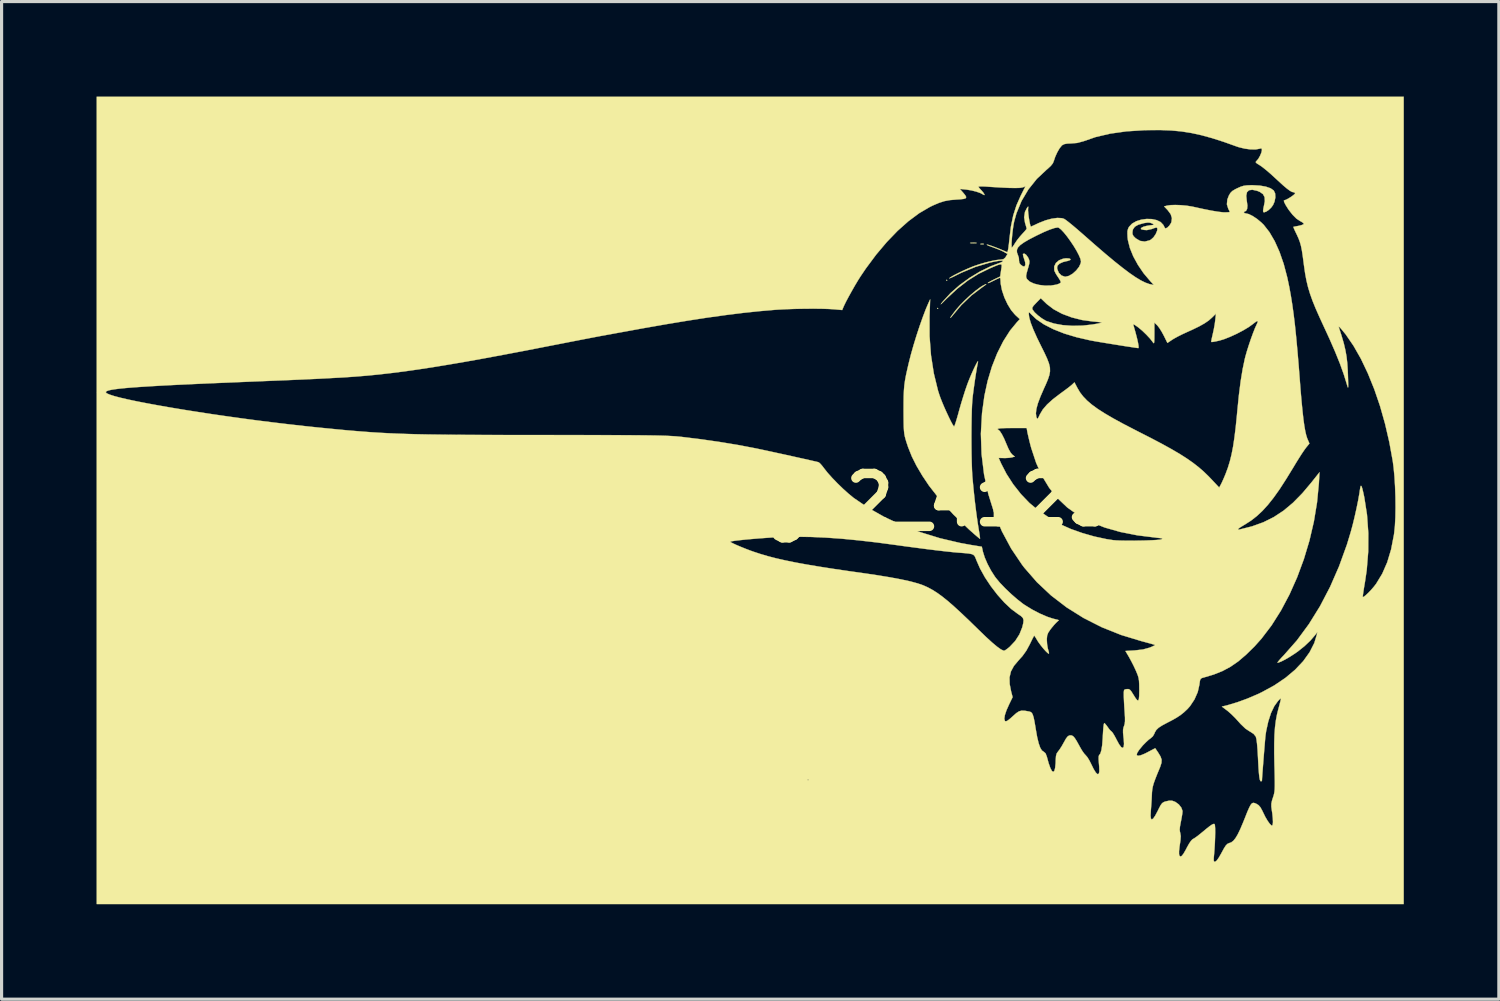
<source format=kicad_pcb>
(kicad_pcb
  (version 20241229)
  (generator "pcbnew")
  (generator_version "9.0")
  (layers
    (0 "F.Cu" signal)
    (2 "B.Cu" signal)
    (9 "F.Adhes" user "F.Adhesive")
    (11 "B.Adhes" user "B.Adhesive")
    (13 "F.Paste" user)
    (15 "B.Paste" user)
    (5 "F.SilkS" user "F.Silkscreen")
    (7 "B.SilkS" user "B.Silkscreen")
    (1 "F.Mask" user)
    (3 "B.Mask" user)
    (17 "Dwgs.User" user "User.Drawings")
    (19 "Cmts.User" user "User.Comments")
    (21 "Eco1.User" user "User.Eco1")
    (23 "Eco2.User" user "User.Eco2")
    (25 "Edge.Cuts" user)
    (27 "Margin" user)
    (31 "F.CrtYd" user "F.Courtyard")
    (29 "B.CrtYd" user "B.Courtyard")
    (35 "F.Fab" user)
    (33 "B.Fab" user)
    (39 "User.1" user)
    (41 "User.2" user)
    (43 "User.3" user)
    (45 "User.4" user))
  (footprint "otter_laying_2_4125"
    (layer "F.Cu")
    (at 20.642 12.737)
    (property "Reference" "otter_laying_2_4125" (at 0 0 0) (layer "F.SilkS") (effects (font (size 1.524 1.524) (thickness 0.3))))
    (attr through_hole)
    (fp_poly (pts (xy 5.937 -6.048) (xy 5.921 -6.032) (xy 5.905 -6.048) (xy 5.921 -6.064) (xy 5.937 -6.048)) (stroke (width 0.01) (type solid)) (fill yes) (layer "F.SilkS"))
    (fp_poly (pts (xy 6.223 -6.937) (xy 6.207 -6.921) (xy 6.191 -6.937) (xy 6.207 -6.953) (xy 6.223 -6.937)) (stroke (width 0.01) (type solid)) (fill yes) (layer "F.SilkS"))
    (fp_poly (pts (xy 7.136 -8.119) (xy 7.156 -8.112) (xy 7.119 -8.107) (xy 7.048 -8.106) (xy 6.97 -8.108) (xy 6.941 -8.113) (xy 6.961 -8.119) (xy 7.064 -8.124) (xy 7.136 -8.119)) (stroke (width 0.01) (type solid)) (fill yes) (layer "F.SilkS"))
    (fp_poly (pts (xy 7.375 -8.085) (xy 7.376 -8.075) (xy 7.326 -8.071) (xy 7.318 -8.071) (xy 7.269 -8.075) (xy 7.274 -8.085) (xy 7.279 -8.087) (xy 7.348 -8.091) (xy 7.375 -8.085)) (stroke (width 0.01) (type solid)) (fill yes) (layer "F.SilkS"))
    (fp_poly (pts (xy 7.439 -6.795) (xy 7.372 -6.745) (xy 7.326 -6.714) (xy 6.99 -6.46) (xy 6.669 -6.154) (xy 6.376 -5.805) (xy 6.368 -5.794) (xy 6.332 -5.755) (xy 6.319 -5.753) (xy 6.337 -5.785) (xy 6.387 -5.855) (xy 6.459 -5.951) (xy 6.508 -6.013) (xy 6.633 -6.157) (xy 6.785 -6.311) (xy 6.95 -6.464) (xy 7.113 -6.602) (xy 7.26 -6.712) (xy 7.337 -6.761) (xy 7.423 -6.805) (xy 7.456 -6.816) (xy 7.439 -6.795)) (stroke (width 0.01) (type solid)) (fill yes) (layer "F.SilkS"))
    (fp_poly (pts (xy 5.663 -5.794) (xy 5.664 -5.173) (xy 5.709 -4.57) (xy 5.798 -3.996) (xy 5.929 -3.459) (xy 5.969 -3.332) (xy 6.011 -3.213) (xy 6.068 -3.07) (xy 6.134 -2.914) (xy 6.205 -2.757) (xy 6.275 -2.608) (xy 6.338 -2.48) (xy 6.391 -2.382) (xy 6.428 -2.327) (xy 6.44 -2.318) (xy 6.455 -2.347) (xy 6.483 -2.427) (xy 6.521 -2.549) (xy 6.565 -2.702) (xy 6.599 -2.827) (xy 6.658 -3.034) (xy 6.725 -3.254) (xy 6.792 -3.464) (xy 6.854 -3.643) (xy 6.872 -3.692) (xy 6.928 -3.834) (xy 6.988 -3.975) (xy 7.047 -4.107) (xy 7.102 -4.222) (xy 7.147 -4.311) (xy 7.18 -4.366) (xy 7.195 -4.377) (xy 7.193 -4.35) (xy 7.169 -4.231) (xy 7.141 -4.067) (xy 7.11 -3.873) (xy 7.08 -3.667) (xy 7.052 -3.465) (xy 7.029 -3.284) (xy 7.018 -3.18) (xy 7.007 -3.027) (xy 6.998 -2.823) (xy 6.992 -2.58) (xy 6.988 -2.308) (xy 6.986 -2.021) (xy 6.987 -1.73) (xy 6.99 -1.447) (xy 6.996 -1.183) (xy 7.004 -0.952) (xy 7.014 -0.764) (xy 7.018 -0.714) (xy 7.053 -0.34) (xy 7.092 0.029) (xy 7.135 0.377) (xy 7.178 0.688) (xy 7.207 0.873) (xy 7.23 1.013) (xy 7.248 1.128) (xy 7.257 1.204) (xy 7.258 1.23) (xy 7.233 1.213) (xy 7.169 1.16) (xy 7.075 1.08) (xy 6.96 0.978) (xy 6.903 0.927) (xy 6.424 0.469) (xy 6.006 0.011) (xy 5.648 -0.448) (xy 5.44 -0.758) (xy 5.253 -1.074) (xy 5.105 -1.37) (xy 4.987 -1.665) (xy 4.929 -1.839) (xy 4.902 -1.931) (xy 4.881 -2.012) (xy 4.866 -2.094) (xy 4.856 -2.188) (xy 4.849 -2.305) (xy 4.846 -2.454) (xy 4.844 -2.649) (xy 4.843 -2.826) (xy 4.844 -3.082) (xy 4.847 -3.29) (xy 4.855 -3.465) (xy 4.868 -3.622) (xy 4.89 -3.776) (xy 4.921 -3.943) (xy 4.964 -4.137) (xy 5.006 -4.318) (xy 5.074 -4.587) (xy 5.157 -4.881) (xy 5.251 -5.187) (xy 5.35 -5.489) (xy 5.45 -5.772) (xy 5.545 -6.022) (xy 5.622 -6.202) (xy 5.683 -6.334) (xy 5.663 -5.794)) (stroke (width 0.01) (type solid)) (fill yes) (layer "F.SilkS"))
    (fp_poly (pts (xy 20.637 12.764) (xy -20.637 12.764) (xy -20.637 8.842) (xy 1.81 8.842) (xy 1.826 8.858) (xy 1.841 8.842) (xy 1.826 8.826) (xy 1.81 8.842) (xy -20.637 8.842) (xy -20.637 1.32) (xy -0.63 1.32) (xy -0.611 1.338) (xy -0.544 1.373) (xy -0.439 1.422) (xy -0.307 1.478) (xy -0.159 1.538) (xy -0.008 1.596) (xy 0.104 1.636) (xy 0.326 1.709) (xy 0.564 1.779) (xy 0.823 1.846) (xy 1.11 1.911) (xy 1.428 1.976) (xy 1.784 2.041) (xy 2.183 2.108) (xy 2.631 2.178) (xy 3.134 2.252) (xy 3.493 2.302) (xy 3.977 2.373) (xy 4.398 2.442) (xy 4.758 2.509) (xy 5.057 2.574) (xy 5.295 2.639) (xy 5.462 2.697) (xy 5.604 2.76) (xy 5.747 2.837) (xy 5.894 2.929) (xy 6.053 3.043) (xy 6.227 3.182) (xy 6.422 3.351) (xy 6.644 3.554) (xy 6.897 3.794) (xy 7.188 4.077) (xy 7.207 4.096) (xy 7.444 4.325) (xy 7.641 4.505) (xy 7.799 4.637) (xy 7.918 4.722) (xy 8 4.76) (xy 8.019 4.763) (xy 8.061 4.743) (xy 8.132 4.692) (xy 8.199 4.636) (xy 8.369 4.455) (xy 8.503 4.246) (xy 8.589 4.03) (xy 8.591 4.025) (xy 8.624 3.889) (xy 8.632 3.795) (xy 8.611 3.727) (xy 8.553 3.669) (xy 8.455 3.602) (xy 8.453 3.601) (xy 8.242 3.444) (xy 8.023 3.238) (xy 7.806 2.994) (xy 7.6 2.726) (xy 7.413 2.445) (xy 7.257 2.163) (xy 7.145 1.908) (xy 7.115 1.83) (xy 7.087 1.774) (xy 7.05 1.736) (xy 6.993 1.711) (xy 6.905 1.694) (xy 6.776 1.681) (xy 6.594 1.667) (xy 6.588 1.667) (xy 6.409 1.651) (xy 6.176 1.626) (xy 5.897 1.594) (xy 5.581 1.555) (xy 5.237 1.51) (xy 4.873 1.462) (xy 4.644 1.43) (xy 4.009 1.345) (xy 3.428 1.278) (xy 2.891 1.226) (xy 2.391 1.191) (xy 1.919 1.17) (xy 1.466 1.164) (xy 1.025 1.172) (xy 0.889 1.177) (xy 0.695 1.187) (xy 0.484 1.201) (xy 0.267 1.217) (xy 0.053 1.235) (xy -0.148 1.253) (xy -0.326 1.272) (xy -0.472 1.289) (xy -0.576 1.305) (xy -0.627 1.318) (xy -0.63 1.32) (xy -20.637 1.32) (xy -20.637 -3.4) (xy -20.352 -3.4) (xy -20.321 -3.366) (xy -20.231 -3.326) (xy -20.086 -3.279) (xy -19.89 -3.227) (xy -19.648 -3.171) (xy -19.363 -3.111) (xy -19.039 -3.048) (xy -18.68 -2.982) (xy -18.291 -2.914) (xy -17.875 -2.845) (xy -17.437 -2.776) (xy -16.981 -2.706) (xy -16.511 -2.638) (xy -16.03 -2.571) (xy -15.543 -2.506) (xy -15.054 -2.445) (xy -14.567 -2.387) (xy -14.086 -2.333) (xy -13.652 -2.287) (xy -13.325 -2.255) (xy -13.02 -2.225) (xy -12.734 -2.198) (xy -12.462 -2.175) (xy -12.199 -2.154) (xy -11.941 -2.135) (xy -11.682 -2.119) (xy -11.419 -2.105) (xy -11.145 -2.093) (xy -10.858 -2.083) (xy -10.55 -2.074) (xy -10.219 -2.067) (xy -9.859 -2.062) (xy -9.466 -2.057) (xy -9.035 -2.054) (xy -8.56 -2.052) (xy -8.038 -2.05) (xy -7.464 -2.049) (xy -6.832 -2.049) (xy -6.604 -2.049) (xy -6.015 -2.048) (xy -5.485 -2.048) (xy -5.012 -2.047) (xy -4.591 -2.046) (xy -4.218 -2.045) (xy -3.89 -2.043) (xy -3.604 -2.041) (xy -3.354 -2.039) (xy -3.139 -2.036) (xy -2.953 -2.033) (xy -2.794 -2.029) (xy -2.656 -2.025) (xy -2.538 -2.019) (xy -2.434 -2.013) (xy -2.342 -2.007) (xy -2.257 -1.999) (xy -2.176 -1.991) (xy -2.175 -1.991) (xy -1.576 -1.918) (xy -0.971 -1.831) (xy -0.383 -1.734) (xy 0.168 -1.629) (xy 0.287 -1.604) (xy 0.447 -1.57) (xy 0.637 -1.529) (xy 0.847 -1.483) (xy 1.069 -1.435) (xy 1.292 -1.386) (xy 1.509 -1.337) (xy 1.709 -1.293) (xy 1.883 -1.254) (xy 2.022 -1.222) (xy 2.118 -1.2) (xy 2.159 -1.189) (xy 2.201 -1.157) (xy 2.264 -1.087) (xy 2.334 -0.996) (xy 2.443 -0.858) (xy 2.589 -0.695) (xy 2.758 -0.52) (xy 2.937 -0.347) (xy 3.113 -0.189) (xy 3.272 -0.059) (xy 3.281 -0.053) (xy 3.738 0.258) (xy 4.246 0.544) (xy 4.797 0.8) (xy 5.383 1.023) (xy 5.994 1.211) (xy 6.624 1.359) (xy 6.967 1.422) (xy 7.314 1.478) (xy 7.35 1.64) (xy 7.406 1.818) (xy 7.494 2.022) (xy 7.604 2.23) (xy 7.726 2.421) (xy 7.76 2.467) (xy 7.89 2.623) (xy 8.057 2.797) (xy 8.244 2.975) (xy 8.434 3.14) (xy 8.61 3.278) (xy 8.671 3.32) (xy 8.906 3.464) (xy 9.148 3.59) (xy 9.377 3.689) (xy 9.549 3.746) (xy 9.748 3.798) (xy 9.665 3.876) (xy 9.599 3.946) (xy 9.519 4.042) (xy 9.474 4.1) (xy 9.41 4.196) (xy 9.378 4.279) (xy 9.368 4.38) (xy 9.368 4.433) (xy 9.376 4.561) (xy 9.396 4.683) (xy 9.412 4.739) (xy 9.433 4.813) (xy 9.434 4.855) (xy 9.43 4.858) (xy 9.391 4.834) (xy 9.327 4.772) (xy 9.249 4.684) (xy 9.169 4.584) (xy 9.098 4.486) (xy 9.066 4.435) (xy 9.017 4.353) (xy 8.981 4.299) (xy 8.969 4.286) (xy 8.952 4.313) (xy 8.914 4.385) (xy 8.863 4.489) (xy 8.827 4.564) (xy 8.719 4.763) (xy 8.596 4.934) (xy 8.478 5.065) (xy 8.328 5.243) (xy 8.233 5.419) (xy 8.189 5.606) (xy 8.194 5.815) (xy 8.239 6.045) (xy 8.287 6.229) (xy 8.177 6.456) (xy 8.093 6.644) (xy 8.042 6.797) (xy 8.025 6.911) (xy 8.043 6.979) (xy 8.049 6.986) (xy 8.082 6.992) (xy 8.136 6.965) (xy 8.218 6.9) (xy 8.292 6.833) (xy 8.402 6.735) (xy 8.489 6.678) (xy 8.574 6.655) (xy 8.679 6.66) (xy 8.818 6.685) (xy 8.861 6.7) (xy 8.896 6.73) (xy 8.924 6.785) (xy 8.951 6.872) (xy 8.978 7.003) (xy 9.009 7.184) (xy 9.018 7.241) (xy 9.063 7.495) (xy 9.11 7.688) (xy 9.159 7.827) (xy 9.212 7.914) (xy 9.267 7.952) (xy 9.327 8.004) (xy 9.367 8.106) (xy 9.425 8.317) (xy 9.479 8.469) (xy 9.528 8.56) (xy 9.57 8.59) (xy 9.604 8.559) (xy 9.629 8.467) (xy 9.645 8.313) (xy 9.648 8.209) (xy 9.657 8.087) (xy 9.68 8.005) (xy 9.723 7.945) (xy 9.773 7.879) (xy 9.838 7.778) (xy 9.903 7.662) (xy 9.906 7.658) (xy 9.97 7.543) (xy 10.021 7.475) (xy 10.069 7.443) (xy 10.101 7.436) (xy 10.151 7.438) (xy 10.198 7.463) (xy 10.248 7.518) (xy 10.309 7.613) (xy 10.388 7.755) (xy 10.415 7.805) (xy 10.479 7.915) (xy 10.544 8.008) (xy 10.595 8.064) (xy 10.645 8.122) (xy 10.705 8.218) (xy 10.764 8.333) (xy 10.767 8.34) (xy 10.847 8.502) (xy 10.914 8.61) (xy 10.967 8.661) (xy 11.004 8.654) (xy 11.023 8.596) (xy 11.025 8.529) (xy 11.021 8.422) (xy 11.011 8.304) (xy 11.003 8.189) (xy 11.005 8.104) (xy 11.016 8.065) (xy 11.016 8.065) (xy 11.058 8.011) (xy 11.091 7.904) (xy 11.116 7.741) (xy 11.133 7.519) (xy 11.136 7.453) (xy 11.145 7.301) (xy 11.155 7.175) (xy 11.167 7.087) (xy 11.179 7.049) (xy 11.18 7.048) (xy 11.212 7.073) (xy 11.262 7.134) (xy 11.289 7.173) (xy 11.346 7.251) (xy 11.395 7.303) (xy 11.41 7.312) (xy 11.441 7.346) (xy 11.49 7.423) (xy 11.548 7.528) (xy 11.566 7.565) (xy 11.648 7.716) (xy 11.714 7.805) (xy 11.763 7.833) (xy 11.794 7.801) (xy 11.805 7.708) (xy 11.796 7.555) (xy 11.789 7.497) (xy 11.775 7.357) (xy 11.775 7.258) (xy 11.791 7.179) (xy 11.805 7.144) (xy 11.826 7.076) (xy 11.836 6.991) (xy 11.836 6.875) (xy 11.826 6.712) (xy 11.825 6.699) (xy 11.814 6.535) (xy 11.805 6.37) (xy 11.799 6.23) (xy 11.798 6.175) (xy 11.798 6.07) (xy 11.806 6.012) (xy 11.83 5.986) (xy 11.878 5.977) (xy 11.893 5.975) (xy 11.949 5.975) (xy 11.992 5.996) (xy 12.038 6.05) (xy 12.099 6.148) (xy 12.17 6.261) (xy 12.22 6.324) (xy 12.254 6.335) (xy 12.274 6.291) (xy 12.284 6.189) (xy 12.287 6.026) (xy 12.287 5.995) (xy 12.285 5.834) (xy 12.279 5.716) (xy 12.265 5.623) (xy 12.239 5.536) (xy 12.198 5.435) (xy 12.182 5.397) (xy 12.114 5.25) (xy 12.035 5.095) (xy 11.964 4.965) (xy 11.85 4.771) (xy 12.14 4.754) (xy 12.406 4.723) (xy 12.613 4.666) (xy 12.706 4.627) (xy 12.768 4.596) (xy 12.784 4.581) (xy 12.75 4.569) (xy 12.666 4.544) (xy 12.544 4.511) (xy 12.397 4.471) (xy 12.362 4.462) (xy 11.716 4.266) (xy 11.103 4.021) (xy 10.529 3.73) (xy 9.994 3.395) (xy 9.502 3.018) (xy 9.056 2.599) (xy 8.658 2.142) (xy 8.586 2.048) (xy 8.241 1.536) (xy 7.948 0.99) (xy 7.707 0.414) (xy 7.519 -0.186) (xy 7.385 -0.806) (xy 7.307 -1.442) (xy 7.285 -2.088) (xy 7.293 -2.239) (xy 7.808 -2.239) (xy 7.828 -2.221) (xy 7.835 -2.217) (xy 7.885 -2.171) (xy 7.948 -2.074) (xy 8.018 -1.937) (xy 8.089 -1.77) (xy 8.095 -1.755) (xy 8.158 -1.61) (xy 8.221 -1.497) (xy 8.275 -1.431) (xy 8.276 -1.431) (xy 8.356 -1.368) (xy 8.266 -1.343) (xy 8.18 -1.329) (xy 8.066 -1.322) (xy 8.011 -1.322) (xy 7.846 -1.326) (xy 7.925 -1.147) (xy 8.093 -0.822) (xy 8.305 -0.494) (xy 8.547 -0.186) (xy 8.803 0.082) (xy 8.836 0.112) (xy 8.984 0.235) (xy 9.17 0.374) (xy 9.373 0.515) (xy 9.575 0.644) (xy 9.757 0.75) (xy 9.811 0.778) (xy 10.128 0.92) (xy 10.488 1.047) (xy 10.868 1.156) (xy 11.249 1.238) (xy 11.462 1.271) (xy 11.565 1.279) (xy 11.711 1.285) (xy 11.887 1.288) (xy 12.082 1.288) (xy 12.284 1.286) (xy 12.481 1.282) (xy 12.661 1.275) (xy 12.813 1.267) (xy 12.925 1.257) (xy 12.985 1.246) (xy 13.015 1.23) (xy 13.003 1.217) (xy 12.943 1.206) (xy 12.827 1.194) (xy 12.826 1.193) (xy 12.229 1.119) (xy 11.686 1.012) (xy 11.195 0.872) (xy 10.754 0.697) (xy 10.36 0.486) (xy 10.011 0.237) (xy 9.706 -0.052) (xy 9.442 -0.382) (xy 9.217 -0.754) (xy 9.03 -1.17) (xy 8.877 -1.632) (xy 8.846 -1.746) (xy 8.81 -1.89) (xy 8.779 -2.024) (xy 8.756 -2.126) (xy 8.75 -2.159) (xy 8.731 -2.27) (xy 8.271 -2.27) (xy 8.068 -2.268) (xy 7.925 -2.263) (xy 7.839 -2.253) (xy 7.808 -2.239) (xy 7.293 -2.239) (xy 7.321 -2.74) (xy 7.396 -3.286) (xy 7.498 -3.757) (xy 7.633 -4.207) (xy 7.799 -4.627) (xy 7.991 -5.009) (xy 8.205 -5.345) (xy 8.421 -5.608) (xy 8.515 -5.708) (xy 8.373 -5.839) (xy 8.331 -5.887) (xy 8.795 -5.887) (xy 8.811 -5.76) (xy 8.859 -5.592) (xy 8.941 -5.38) (xy 9.057 -5.121) (xy 9.181 -4.868) (xy 9.294 -4.641) (xy 9.378 -4.458) (xy 9.435 -4.308) (xy 9.465 -4.179) (xy 9.468 -4.059) (xy 9.446 -3.937) (xy 9.4 -3.8) (xy 9.331 -3.637) (xy 9.279 -3.524) (xy 9.165 -3.262) (xy 9.084 -3.046) (xy 9.037 -2.872) (xy 9.022 -2.732) (xy 9.036 -2.622) (xy 9.042 -2.605) (xy 9.059 -2.567) (xy 9.077 -2.565) (xy 9.104 -2.605) (xy 9.147 -2.696) (xy 9.151 -2.705) (xy 9.241 -2.856) (xy 9.376 -3.013) (xy 9.562 -3.181) (xy 9.803 -3.365) (xy 9.827 -3.382) (xy 9.946 -3.469) (xy 10.055 -3.551) (xy 10.136 -3.616) (xy 10.16 -3.637) (xy 10.24 -3.712) (xy 10.335 -3.531) (xy 10.415 -3.396) (xy 10.515 -3.266) (xy 10.638 -3.138) (xy 10.79 -3.008) (xy 10.975 -2.873) (xy 11.199 -2.73) (xy 11.466 -2.574) (xy 11.781 -2.402) (xy 12.148 -2.212) (xy 12.255 -2.157) (xy 12.653 -1.954) (xy 12.999 -1.772) (xy 13.298 -1.607) (xy 13.558 -1.455) (xy 13.784 -1.311) (xy 13.983 -1.172) (xy 14.16 -1.034) (xy 14.323 -0.893) (xy 14.476 -0.745) (xy 14.558 -0.659) (xy 14.811 -0.39) (xy 14.865 -0.489) (xy 14.903 -0.566) (xy 14.954 -0.68) (xy 15.008 -0.808) (xy 15.015 -0.826) (xy 15.086 -1.018) (xy 15.148 -1.22) (xy 15.202 -1.44) (xy 15.25 -1.686) (xy 15.292 -1.967) (xy 15.332 -2.291) (xy 15.37 -2.667) (xy 15.383 -2.81) (xy 15.433 -3.307) (xy 15.489 -3.749) (xy 15.552 -4.132) (xy 15.62 -4.456) (xy 15.636 -4.52) (xy 15.684 -4.69) (xy 15.745 -4.883) (xy 15.811 -5.079) (xy 15.879 -5.265) (xy 15.94 -5.421) (xy 15.99 -5.531) (xy 16.027 -5.614) (xy 16.026 -5.65) (xy 15.985 -5.637) (xy 15.904 -5.577) (xy 15.881 -5.558) (xy 15.745 -5.459) (xy 15.566 -5.352) (xy 15.364 -5.246) (xy 15.156 -5.151) (xy 14.961 -5.074) (xy 14.813 -5.03) (xy 14.699 -5.005) (xy 14.61 -4.989) (xy 14.564 -4.986) (xy 14.561 -4.987) (xy 14.562 -5.022) (xy 14.577 -5.102) (xy 14.602 -5.21) (xy 14.605 -5.223) (xy 14.639 -5.378) (xy 14.67 -5.548) (xy 14.685 -5.664) (xy 14.709 -5.882) (xy 14.584 -5.758) (xy 14.479 -5.665) (xy 14.347 -5.575) (xy 14.178 -5.48) (xy 13.964 -5.376) (xy 13.798 -5.301) (xy 13.648 -5.232) (xy 13.502 -5.159) (xy 13.381 -5.092) (xy 13.329 -5.06) (xy 13.176 -4.957) (xy 13.059 -5.193) (xy 12.992 -5.316) (xy 12.922 -5.427) (xy 12.862 -5.505) (xy 12.853 -5.514) (xy 12.764 -5.6) (xy 12.764 -5.254) (xy 12.763 -5.103) (xy 12.76 -5.007) (xy 12.754 -4.959) (xy 12.743 -4.948) (xy 12.724 -4.967) (xy 12.711 -4.986) (xy 12.628 -5.093) (xy 12.512 -5.217) (xy 12.384 -5.341) (xy 12.262 -5.443) (xy 12.227 -5.469) (xy 12.147 -5.524) (xy 12.108 -5.544) (xy 12.099 -5.531) (xy 12.11 -5.49) (xy 12.167 -5.291) (xy 12.213 -5.114) (xy 12.246 -4.968) (xy 12.264 -4.862) (xy 12.265 -4.803) (xy 12.258 -4.794) (xy 12.214 -4.799) (xy 12.118 -4.813) (xy 11.981 -4.834) (xy 11.815 -4.859) (xy 11.629 -4.889) (xy 11.436 -4.92) (xy 11.245 -4.951) (xy 11.068 -4.98) (xy 10.915 -5.006) (xy 10.798 -5.027) (xy 10.747 -5.036) (xy 10.312 -5.136) (xy 9.918 -5.254) (xy 9.572 -5.391) (xy 9.276 -5.543) (xy 9.035 -5.708) (xy 8.882 -5.853) (xy 8.827 -5.911) (xy 8.802 -5.923) (xy 8.795 -5.893) (xy 8.795 -5.887) (xy 8.331 -5.887) (xy 8.246 -5.987) (xy 8.215 -6.036) (xy 8.907 -6.036) (xy 8.917 -6.01) (xy 8.982 -5.924) (xy 9.086 -5.827) (xy 9.208 -5.734) (xy 9.329 -5.661) (xy 9.361 -5.646) (xy 9.595 -5.569) (xy 9.873 -5.519) (xy 10.18 -5.497) (xy 10.5 -5.504) (xy 10.806 -5.539) (xy 10.933 -5.56) (xy 11.033 -5.58) (xy 11.092 -5.594) (xy 11.101 -5.598) (xy 11.078 -5.606) (xy 11.005 -5.617) (xy 10.894 -5.628) (xy 10.823 -5.634) (xy 10.48 -5.681) (xy 10.151 -5.764) (xy 9.848 -5.878) (xy 9.582 -6.021) (xy 9.366 -6.186) (xy 9.348 -6.203) (xy 9.176 -6.369) (xy 9.03 -6.22) (xy 8.951 -6.136) (xy 8.912 -6.079) (xy 8.907 -6.036) (xy 8.215 -6.036) (xy 8.128 -6.178) (xy 8.027 -6.394) (xy 7.952 -6.617) (xy 7.911 -6.826) (xy 7.906 -6.916) (xy 7.901 -6.985) (xy 7.89 -7.017) (xy 7.889 -7.017) (xy 7.854 -7.003) (xy 7.779 -6.969) (xy 7.68 -6.92) (xy 7.679 -6.919) (xy 7.587 -6.875) (xy 7.523 -6.849) (xy 7.503 -6.848) (xy 7.503 -6.849) (xy 7.539 -6.876) (xy 7.615 -6.919) (xy 7.707 -6.965) (xy 7.894 -7.054) (xy 7.924 -7.258) (xy 7.938 -7.347) (xy 7.942 -7.406) (xy 7.929 -7.436) (xy 7.888 -7.439) (xy 7.812 -7.415) (xy 7.693 -7.366) (xy 7.561 -7.309) (xy 7.208 -7.137) (xy 6.871 -6.926) (xy 6.54 -6.669) (xy 6.205 -6.358) (xy 6.184 -6.337) (xy 6.088 -6.241) (xy 6.033 -6.189) (xy 6.017 -6.178) (xy 6.038 -6.207) (xy 6.091 -6.275) (xy 6.094 -6.278) (xy 6.331 -6.535) (xy 6.615 -6.785) (xy 6.932 -7.016) (xy 7.265 -7.217) (xy 7.599 -7.379) (xy 7.779 -7.447) (xy 7.904 -7.494) (xy 7.971 -7.528) (xy 7.982 -7.55) (xy 7.942 -7.557) (xy 7.853 -7.55) (xy 7.72 -7.528) (xy 7.571 -7.495) (xy 7.116 -7.359) (xy 6.669 -7.174) (xy 6.527 -7.104) (xy 6.416 -7.048) (xy 6.333 -7.011) (xy 6.29 -6.996) (xy 6.287 -7.002) (xy 6.335 -7.037) (xy 6.427 -7.091) (xy 6.553 -7.155) (xy 6.698 -7.226) (xy 6.85 -7.295) (xy 6.995 -7.356) (xy 7.064 -7.383) (xy 7.232 -7.44) (xy 7.415 -7.494) (xy 7.597 -7.539) (xy 7.758 -7.572) (xy 7.883 -7.587) (xy 7.907 -7.588) (xy 7.995 -7.601) (xy 8.053 -7.649) (xy 8.072 -7.678) (xy 8.126 -7.768) (xy 8.008 -7.835) (xy 7.918 -7.878) (xy 7.794 -7.929) (xy 7.661 -7.979) (xy 7.652 -7.982) (xy 7.55 -8.019) (xy 7.486 -8.047) (xy 7.47 -8.062) (xy 7.477 -8.063) (xy 7.53 -8.052) (xy 7.626 -8.02) (xy 7.751 -7.974) (xy 7.889 -7.92) (xy 8.026 -7.863) (xy 8.114 -7.824) (xy 8.131 -7.848) (xy 8.142 -7.897) (xy 8.423 -7.897) (xy 8.423 -7.82) (xy 8.453 -7.734) (xy 8.455 -7.731) (xy 8.484 -7.643) (xy 8.489 -7.569) (xy 8.488 -7.563) (xy 8.499 -7.486) (xy 8.538 -7.432) (xy 8.613 -7.376) (xy 8.664 -7.374) (xy 8.689 -7.421) (xy 8.682 -7.511) (xy 8.652 -7.607) (xy 8.624 -7.694) (xy 8.613 -7.755) (xy 8.615 -7.769) (xy 8.661 -7.777) (xy 8.718 -7.736) (xy 8.774 -7.658) (xy 8.784 -7.638) (xy 8.809 -7.579) (xy 8.819 -7.527) (xy 8.813 -7.462) (xy 8.788 -7.366) (xy 8.765 -7.287) (xy 8.73 -7.164) (xy 8.714 -7.085) (xy 8.715 -7.032) (xy 8.732 -6.989) (xy 8.743 -6.971) (xy 8.828 -6.893) (xy 8.96 -6.831) (xy 9.125 -6.789) (xy 9.309 -6.767) (xy 9.498 -6.77) (xy 9.67 -6.798) (xy 9.754 -6.827) (xy 9.804 -6.859) (xy 9.811 -6.873) (xy 9.793 -6.92) (xy 9.749 -6.995) (xy 9.717 -7.042) (xy 9.656 -7.136) (xy 9.612 -7.223) (xy 9.602 -7.254) (xy 9.601 -7.374) (xy 9.654 -7.482) (xy 9.752 -7.566) (xy 9.885 -7.618) (xy 9.974 -7.63) (xy 10.075 -7.624) (xy 10.118 -7.603) (xy 10.102 -7.574) (xy 10.026 -7.546) (xy 9.987 -7.539) (xy 9.878 -7.511) (xy 9.782 -7.468) (xy 9.76 -7.453) (xy 9.703 -7.394) (xy 9.692 -7.327) (xy 9.697 -7.291) (xy 9.746 -7.171) (xy 9.831 -7.086) (xy 9.938 -7.049) (xy 9.953 -7.048) (xy 10.066 -7.075) (xy 10.186 -7.146) (xy 10.297 -7.247) (xy 10.387 -7.362) (xy 10.439 -7.478) (xy 10.446 -7.532) (xy 10.428 -7.616) (xy 10.378 -7.732) (xy 10.305 -7.871) (xy 10.214 -8.022) (xy 10.112 -8.174) (xy 10.008 -8.318) (xy 9.907 -8.443) (xy 9.818 -8.538) (xy 9.746 -8.594) (xy 9.714 -8.604) (xy 9.613 -8.587) (xy 9.464 -8.538) (xy 9.273 -8.458) (xy 9.047 -8.35) (xy 9.033 -8.343) (xy 8.812 -8.229) (xy 8.646 -8.132) (xy 8.529 -8.048) (xy 8.456 -7.972) (xy 8.423 -7.897) (xy 8.142 -7.897) (xy 8.15 -7.932) (xy 8.163 -8.032) (xy 8.253 -8.032) (xy 8.258 -7.977) (xy 8.263 -7.969) (xy 8.288 -7.994) (xy 8.332 -8.057) (xy 8.361 -8.104) (xy 8.428 -8.203) (xy 8.518 -8.316) (xy 8.586 -8.393) (xy 8.66 -8.473) (xy 8.712 -8.535) (xy 8.731 -8.564) (xy 8.722 -8.603) (xy 8.7 -8.681) (xy 8.68 -8.744) (xy 8.651 -8.926) (xy 8.678 -9.098) (xy 8.743 -9.224) (xy 8.776 -9.264) (xy 8.782 -9.25) (xy 8.776 -9.207) (xy 8.774 -9.143) (xy 8.782 -9.045) (xy 8.796 -8.931) (xy 8.814 -8.816) (xy 8.834 -8.717) (xy 8.853 -8.649) (xy 8.867 -8.63) (xy 8.904 -8.647) (xy 8.984 -8.683) (xy 9.09 -8.733) (xy 9.123 -8.748) (xy 9.326 -8.828) (xy 9.523 -8.881) (xy 9.7 -8.905) (xy 9.845 -8.897) (xy 9.912 -8.876) (xy 9.967 -8.84) (xy 10.06 -8.769) (xy 10.183 -8.669) (xy 10.326 -8.548) (xy 10.481 -8.413) (xy 10.526 -8.374) (xy 10.895 -8.05) (xy 11.221 -7.769) (xy 11.51 -7.528) (xy 11.763 -7.327) (xy 11.983 -7.161) (xy 12.174 -7.03) (xy 12.339 -6.931) (xy 12.481 -6.861) (xy 12.602 -6.818) (xy 12.636 -6.81) (xy 12.748 -6.788) (xy 12.633 -6.91) (xy 12.424 -7.158) (xy 12.244 -7.423) (xy 12.097 -7.692) (xy 11.99 -7.956) (xy 11.928 -8.202) (xy 11.917 -8.296) (xy 11.912 -8.427) (xy 11.915 -8.471) (xy 12.071 -8.471) (xy 12.073 -8.393) (xy 12.104 -8.331) (xy 12.176 -8.26) (xy 12.311 -8.18) (xy 12.46 -8.158) (xy 12.611 -8.196) (xy 12.655 -8.22) (xy 12.737 -8.293) (xy 12.808 -8.397) (xy 12.852 -8.504) (xy 12.859 -8.553) (xy 12.851 -8.591) (xy 12.819 -8.601) (xy 12.75 -8.581) (xy 12.684 -8.555) (xy 12.525 -8.52) (xy 12.439 -8.526) (xy 12.361 -8.542) (xy 12.336 -8.56) (xy 12.354 -8.59) (xy 12.36 -8.596) (xy 12.417 -8.626) (xy 12.513 -8.652) (xy 12.594 -8.666) (xy 12.696 -8.679) (xy 12.743 -8.689) (xy 12.742 -8.703) (xy 12.701 -8.726) (xy 12.69 -8.731) (xy 12.623 -8.755) (xy 12.546 -8.758) (xy 12.435 -8.741) (xy 12.42 -8.737) (xy 12.255 -8.69) (xy 12.146 -8.627) (xy 12.087 -8.542) (xy 12.071 -8.471) (xy 11.915 -8.471) (xy 11.919 -8.516) (xy 11.942 -8.584) (xy 11.964 -8.624) (xy 12.06 -8.725) (xy 12.193 -8.801) (xy 12.35 -8.85) (xy 12.519 -8.873) (xy 12.686 -8.868) (xy 12.838 -8.835) (xy 12.962 -8.774) (xy 13.046 -8.685) (xy 13.056 -8.665) (xy 13.089 -8.601) (xy 13.113 -8.573) (xy 13.113 -8.572) (xy 13.172 -8.598) (xy 13.237 -8.662) (xy 13.289 -8.743) (xy 13.302 -8.774) (xy 13.318 -8.901) (xy 13.278 -9.025) (xy 13.18 -9.156) (xy 13.17 -9.166) (xy 13.072 -9.268) (xy 13.164 -9.293) (xy 13.272 -9.309) (xy 13.424 -9.314) (xy 13.599 -9.308) (xy 13.778 -9.292) (xy 13.943 -9.266) (xy 13.986 -9.257) (xy 14.301 -9.188) (xy 14.566 -9.135) (xy 14.779 -9.1) (xy 14.935 -9.082) (xy 14.987 -9.081) (xy 15.077 -9.083) (xy 15.134 -9.088) (xy 15.145 -9.093) (xy 15.132 -9.126) (xy 15.1 -9.191) (xy 15.097 -9.196) (xy 15.054 -9.335) (xy 15.068 -9.485) (xy 15.116 -9.61) (xy 15.164 -9.692) (xy 15.225 -9.754) (xy 15.319 -9.811) (xy 15.382 -9.842) (xy 15.49 -9.89) (xy 15.583 -9.919) (xy 15.685 -9.933) (xy 15.819 -9.938) (xy 15.868 -9.938) (xy 16.091 -9.926) (xy 16.283 -9.893) (xy 16.433 -9.841) (xy 16.532 -9.772) (xy 16.533 -9.771) (xy 16.577 -9.68) (xy 16.585 -9.556) (xy 16.558 -9.419) (xy 16.511 -9.311) (xy 16.451 -9.229) (xy 16.374 -9.156) (xy 16.296 -9.104) (xy 16.231 -9.082) (xy 16.203 -9.091) (xy 16.197 -9.133) (xy 16.208 -9.213) (xy 16.218 -9.257) (xy 16.252 -9.43) (xy 16.245 -9.56) (xy 16.194 -9.656) (xy 16.095 -9.726) (xy 16.007 -9.762) (xy 15.859 -9.794) (xy 15.753 -9.78) (xy 15.688 -9.717) (xy 15.665 -9.606) (xy 15.681 -9.446) (xy 15.684 -9.43) (xy 15.702 -9.293) (xy 15.692 -9.188) (xy 15.657 -9.125) (xy 15.62 -9.112) (xy 15.59 -9.088) (xy 15.589 -9.081) (xy 15.616 -9.054) (xy 15.647 -9.049) (xy 15.745 -9.026) (xy 15.87 -8.964) (xy 16.007 -8.873) (xy 16.142 -8.76) (xy 16.217 -8.687) (xy 16.397 -8.457) (xy 16.564 -8.171) (xy 16.715 -7.834) (xy 16.848 -7.452) (xy 16.959 -7.031) (xy 16.969 -6.985) (xy 17.024 -6.724) (xy 17.073 -6.454) (xy 17.119 -6.167) (xy 17.162 -5.857) (xy 17.203 -5.517) (xy 17.242 -5.139) (xy 17.281 -4.717) (xy 17.321 -4.244) (xy 17.351 -3.858) (xy 17.383 -3.443) (xy 17.414 -3.088) (xy 17.444 -2.787) (xy 17.472 -2.536) (xy 17.501 -2.33) (xy 17.53 -2.166) (xy 17.56 -2.038) (xy 17.591 -1.942) (xy 17.596 -1.93) (xy 17.66 -1.781) (xy 17.549 -1.644) (xy 17.496 -1.571) (xy 17.418 -1.456) (xy 17.325 -1.31) (xy 17.224 -1.147) (xy 17.151 -1.025) (xy 16.926 -0.658) (xy 16.722 -0.342) (xy 16.532 -0.074) (xy 16.351 0.154) (xy 16.175 0.347) (xy 15.999 0.511) (xy 15.817 0.653) (xy 15.624 0.777) (xy 15.591 0.796) (xy 15.476 0.866) (xy 15.413 0.914) (xy 15.404 0.937) (xy 15.451 0.936) (xy 15.454 0.935) (xy 15.849 0.835) (xy 16.207 0.706) (xy 16.536 0.542) (xy 16.846 0.338) (xy 17.144 0.088) (xy 17.439 -0.213) (xy 17.718 -0.544) (xy 17.979 -0.873) (xy 17.959 -0.524) (xy 17.901 0.079) (xy 17.801 0.684) (xy 17.661 1.285) (xy 17.484 1.873) (xy 17.273 2.443) (xy 17.031 2.986) (xy 16.761 3.495) (xy 16.465 3.963) (xy 16.147 4.381) (xy 15.927 4.627) (xy 15.662 4.887) (xy 15.414 5.099) (xy 15.168 5.269) (xy 14.914 5.405) (xy 14.638 5.515) (xy 14.327 5.608) (xy 14.319 5.609) (xy 14.258 5.628) (xy 14.223 5.656) (xy 14.203 5.71) (xy 14.189 5.807) (xy 14.186 5.834) (xy 14.133 6.068) (xy 14.03 6.302) (xy 13.889 6.514) (xy 13.807 6.606) (xy 13.696 6.71) (xy 13.587 6.797) (xy 13.462 6.879) (xy 13.305 6.967) (xy 13.171 7.036) (xy 13.01 7.122) (xy 12.898 7.195) (xy 12.824 7.266) (xy 12.778 7.344) (xy 12.764 7.382) (xy 12.715 7.467) (xy 12.647 7.527) (xy 12.586 7.572) (xy 12.501 7.65) (xy 12.408 7.744) (xy 12.397 7.756) (xy 12.283 7.894) (xy 12.219 7.994) (xy 12.207 8.058) (xy 12.244 8.082) (xy 12.33 8.067) (xy 12.465 8.012) (xy 12.541 7.973) (xy 12.79 7.842) (xy 12.883 7.979) (xy 12.958 8.103) (xy 12.993 8.204) (xy 12.988 8.304) (xy 12.948 8.429) (xy 12.935 8.461) (xy 12.849 8.668) (xy 12.786 8.829) (xy 12.741 8.955) (xy 12.713 9.059) (xy 12.696 9.153) (xy 12.687 9.249) (xy 12.685 9.303) (xy 12.678 9.455) (xy 12.666 9.634) (xy 12.653 9.804) (xy 12.652 9.819) (xy 12.644 9.971) (xy 12.654 10.062) (xy 12.682 10.093) (xy 12.727 10.063) (xy 12.79 9.972) (xy 12.871 9.82) (xy 12.904 9.752) (xy 12.961 9.643) (xy 13.009 9.578) (xy 13.063 9.542) (xy 13.111 9.525) (xy 13.232 9.498) (xy 13.324 9.5) (xy 13.413 9.532) (xy 13.429 9.54) (xy 13.536 9.618) (xy 13.615 9.719) (xy 13.652 9.822) (xy 13.652 9.838) (xy 13.646 9.908) (xy 13.628 10.018) (xy 13.604 10.147) (xy 13.599 10.17) (xy 13.572 10.316) (xy 13.563 10.417) (xy 13.573 10.491) (xy 13.579 10.509) (xy 13.597 10.618) (xy 13.588 10.752) (xy 13.558 10.95) (xy 13.543 11.092) (xy 13.543 11.186) (xy 13.556 11.238) (xy 13.556 11.238) (xy 13.588 11.263) (xy 13.628 11.244) (xy 13.681 11.177) (xy 13.751 11.057) (xy 13.796 10.97) (xy 13.861 10.854) (xy 13.922 10.766) (xy 13.969 10.717) (xy 13.977 10.713) (xy 14.027 10.685) (xy 14.111 10.626) (xy 14.214 10.545) (xy 14.266 10.502) (xy 14.409 10.384) (xy 14.512 10.303) (xy 14.584 10.254) (xy 14.631 10.233) (xy 14.661 10.235) (xy 14.664 10.237) (xy 14.676 10.275) (xy 14.683 10.367) (xy 14.684 10.5) (xy 14.681 10.664) (xy 14.674 10.848) (xy 14.662 11.042) (xy 14.65 11.187) (xy 14.639 11.311) (xy 14.638 11.385) (xy 14.647 11.419) (xy 14.669 11.427) (xy 14.687 11.425) (xy 14.734 11.389) (xy 14.798 11.299) (xy 14.878 11.16) (xy 14.89 11.137) (xy 14.963 11.003) (xy 15.019 10.916) (xy 15.067 10.866) (xy 15.114 10.843) (xy 15.12 10.841) (xy 15.192 10.815) (xy 15.259 10.764) (xy 15.325 10.683) (xy 15.396 10.564) (xy 15.475 10.401) (xy 15.565 10.189) (xy 15.627 10.036) (xy 15.7 9.851) (xy 15.758 9.719) (xy 15.804 9.632) (xy 15.844 9.584) (xy 15.885 9.567) (xy 15.932 9.575) (xy 15.986 9.598) (xy 16.055 9.641) (xy 16.112 9.707) (xy 16.17 9.812) (xy 16.196 9.866) (xy 16.268 10.013) (xy 16.342 10.138) (xy 16.409 10.231) (xy 16.462 10.281) (xy 16.48 10.287) (xy 16.5 10.258) (xy 16.509 10.176) (xy 16.504 10.054) (xy 16.488 9.9) (xy 16.475 9.817) (xy 16.458 9.691) (xy 16.458 9.595) (xy 16.478 9.498) (xy 16.509 9.401) (xy 16.53 9.337) (xy 16.545 9.277) (xy 16.557 9.211) (xy 16.564 9.132) (xy 16.567 9.029) (xy 16.567 8.894) (xy 16.564 8.718) (xy 16.559 8.491) (xy 16.555 8.369) (xy 16.548 7.999) (xy 16.549 7.683) (xy 16.557 7.411) (xy 16.574 7.175) (xy 16.601 6.965) (xy 16.637 6.773) (xy 16.671 6.636) (xy 16.716 6.47) (xy 16.744 6.359) (xy 16.757 6.295) (xy 16.753 6.272) (xy 16.734 6.282) (xy 16.698 6.319) (xy 16.669 6.35) (xy 16.55 6.514) (xy 16.447 6.731) (xy 16.361 6.995) (xy 16.295 7.295) (xy 16.275 7.429) (xy 16.268 7.492) (xy 16.258 7.603) (xy 16.246 7.753) (xy 16.231 7.929) (xy 16.216 8.118) (xy 16.201 8.309) (xy 16.187 8.49) (xy 16.175 8.648) (xy 16.166 8.772) (xy 16.162 8.85) (xy 16.161 8.866) (xy 16.137 8.89) (xy 16.133 8.89) (xy 16.112 8.877) (xy 16.094 8.835) (xy 16.079 8.756) (xy 16.066 8.636) (xy 16.053 8.467) (xy 16.041 8.243) (xy 16.036 8.14) (xy 16.022 7.894) (xy 16.006 7.7) (xy 15.988 7.56) (xy 15.968 7.479) (xy 15.966 7.474) (xy 15.899 7.391) (xy 15.785 7.316) (xy 15.773 7.311) (xy 15.639 7.222) (xy 15.487 7.076) (xy 15.427 7.009) (xy 15.317 6.888) (xy 15.198 6.77) (xy 15.09 6.675) (xy 15.063 6.653) (xy 14.895 6.528) (xy 15.107 6.474) (xy 15.388 6.389) (xy 15.698 6.276) (xy 16.012 6.142) (xy 16.156 6.074) (xy 16.55 5.859) (xy 16.902 5.621) (xy 17.207 5.365) (xy 17.464 5.093) (xy 17.667 4.81) (xy 17.814 4.52) (xy 17.892 4.264) (xy 17.911 4.175) (xy 17.839 4.27) (xy 17.692 4.441) (xy 17.504 4.619) (xy 17.294 4.787) (xy 17.198 4.854) (xy 17.04 4.956) (xy 16.894 5.041) (xy 16.77 5.104) (xy 16.68 5.138) (xy 16.653 5.143) (xy 16.66 5.122) (xy 16.705 5.065) (xy 16.779 4.982) (xy 16.861 4.896) (xy 17.266 4.436) (xy 17.645 3.921) (xy 17.995 3.357) (xy 18.313 2.747) (xy 18.597 2.097) (xy 18.845 1.411) (xy 18.965 1.016) (xy 19.026 0.791) (xy 19.088 0.536) (xy 19.147 0.272) (xy 19.199 0.018) (xy 19.239 -0.208) (xy 19.257 -0.332) (xy 19.271 -0.414) (xy 19.287 -0.447) (xy 19.306 -0.431) (xy 19.33 -0.36) (xy 19.361 -0.232) (xy 19.394 -0.076) (xy 19.479 0.47) (xy 19.52 1.045) (xy 19.517 1.633) (xy 19.47 2.217) (xy 19.416 2.584) (xy 19.388 2.749) (xy 19.366 2.89) (xy 19.351 2.997) (xy 19.345 3.058) (xy 19.345 3.068) (xy 19.377 3.059) (xy 19.439 3.011) (xy 19.52 2.935) (xy 19.609 2.842) (xy 19.696 2.741) (xy 19.766 2.651) (xy 19.959 2.333) (xy 20.117 1.972) (xy 20.24 1.564) (xy 20.329 1.105) (xy 20.336 1.055) (xy 20.36 0.826) (xy 20.375 0.548) (xy 20.38 0.238) (xy 20.377 -0.09) (xy 20.365 -0.421) (xy 20.346 -0.739) (xy 20.318 -1.03) (xy 20.293 -1.222) (xy 20.184 -1.821) (xy 20.049 -2.404) (xy 19.89 -2.965) (xy 19.708 -3.497) (xy 19.506 -3.996) (xy 19.288 -4.454) (xy 19.054 -4.865) (xy 18.808 -5.224) (xy 18.653 -5.413) (xy 18.606 -5.461) (xy 18.585 -5.47) (xy 18.586 -5.461) (xy 18.676 -5.181) (xy 18.746 -4.943) (xy 18.796 -4.73) (xy 18.832 -4.527) (xy 18.856 -4.317) (xy 18.871 -4.084) (xy 18.876 -3.953) (xy 18.882 -3.771) (xy 18.885 -3.647) (xy 18.885 -3.574) (xy 18.88 -3.547) (xy 18.871 -3.559) (xy 18.856 -3.605) (xy 18.843 -3.651) (xy 18.746 -3.963) (xy 18.625 -4.301) (xy 18.475 -4.672) (xy 18.296 -5.083) (xy 18.129 -5.445) (xy 17.98 -5.768) (xy 17.857 -6.046) (xy 17.758 -6.29) (xy 17.679 -6.512) (xy 17.616 -6.722) (xy 17.566 -6.931) (xy 17.525 -7.151) (xy 17.49 -7.393) (xy 17.479 -7.479) (xy 17.449 -7.705) (xy 17.422 -7.882) (xy 17.393 -8.024) (xy 17.359 -8.144) (xy 17.317 -8.257) (xy 17.263 -8.376) (xy 17.253 -8.396) (xy 17.203 -8.5) (xy 17.168 -8.579) (xy 17.153 -8.619) (xy 17.153 -8.621) (xy 17.186 -8.629) (xy 17.261 -8.644) (xy 17.317 -8.654) (xy 17.409 -8.677) (xy 17.47 -8.702) (xy 17.483 -8.715) (xy 17.463 -8.747) (xy 17.401 -8.788) (xy 17.368 -8.805) (xy 17.251 -8.882) (xy 17.125 -9.009) (xy 16.999 -9.171) (xy 16.911 -9.311) (xy 16.863 -9.405) (xy 16.853 -9.453) (xy 16.868 -9.462) (xy 16.92 -9.478) (xy 16.998 -9.519) (xy 17.084 -9.573) (xy 17.158 -9.627) (xy 17.203 -9.67) (xy 17.209 -9.683) (xy 17.183 -9.711) (xy 17.158 -9.716) (xy 17.108 -9.727) (xy 17.041 -9.765) (xy 16.949 -9.833) (xy 16.827 -9.936) (xy 16.671 -10.079) (xy 16.573 -10.169) (xy 16.44 -10.291) (xy 16.308 -10.405) (xy 16.191 -10.499) (xy 16.103 -10.562) (xy 16.088 -10.571) (xy 16.004 -10.623) (xy 15.967 -10.657) (xy 15.97 -10.684) (xy 15.987 -10.701) (xy 16.045 -10.769) (xy 16.102 -10.869) (xy 16.145 -10.973) (xy 16.161 -11.05) (xy 16.151 -11.097) (xy 16.11 -11.098) (xy 16.089 -11.091) (xy 15.965 -11.068) (xy 15.802 -11.069) (xy 15.62 -11.093) (xy 15.437 -11.137) (xy 15.367 -11.16) (xy 14.955 -11.307) (xy 14.586 -11.425) (xy 14.248 -11.518) (xy 13.928 -11.588) (xy 13.615 -11.637) (xy 13.295 -11.667) (xy 12.955 -11.68) (xy 12.584 -11.678) (xy 12.446 -11.675) (xy 11.882 -11.639) (xy 11.37 -11.567) (xy 10.908 -11.459) (xy 10.533 -11.329) (xy 10.326 -11.273) (xy 10.14 -11.258) (xy 10.007 -11.252) (xy 9.92 -11.236) (xy 9.86 -11.206) (xy 9.842 -11.192) (xy 9.771 -11.105) (xy 9.697 -10.978) (xy 9.631 -10.832) (xy 9.592 -10.715) (xy 9.558 -10.631) (xy 9.495 -10.55) (xy 9.393 -10.455) (xy 9.362 -10.43) (xy 9.051 -10.138) (xy 8.785 -9.805) (xy 8.569 -9.441) (xy 8.408 -9.051) (xy 8.336 -8.794) (xy 8.314 -8.682) (xy 8.295 -8.547) (xy 8.277 -8.401) (xy 8.264 -8.258) (xy 8.255 -8.13) (xy 8.253 -8.032) (xy 8.163 -8.032) (xy 8.169 -8.074) (xy 8.187 -8.251) (xy 8.235 -8.641) (xy 8.307 -8.986) (xy 8.408 -9.301) (xy 8.537 -9.593) (xy 8.69 -9.9) (xy 8.598 -9.867) (xy 8.517 -9.854) (xy 8.375 -9.85) (xy 8.17 -9.853) (xy 7.902 -9.866) (xy 7.573 -9.886) (xy 7.469 -9.894) (xy 7.349 -9.9) (xy 7.258 -9.9) (xy 7.211 -9.894) (xy 7.207 -9.891) (xy 7.228 -9.857) (xy 7.279 -9.798) (xy 7.303 -9.774) (xy 7.358 -9.71) (xy 7.392 -9.657) (xy 7.4 -9.627) (xy 7.375 -9.631) (xy 7.358 -9.643) (xy 7.268 -9.691) (xy 7.136 -9.737) (xy 6.982 -9.775) (xy 6.826 -9.8) (xy 6.826 -9.8) (xy 6.62 -9.821) (xy 6.723 -9.704) (xy 6.791 -9.621) (xy 6.821 -9.564) (xy 6.807 -9.527) (xy 6.743 -9.505) (xy 6.625 -9.492) (xy 6.517 -9.485) (xy 6.31 -9.468) (xy 6.131 -9.435) (xy 5.957 -9.379) (xy 5.764 -9.296) (xy 5.667 -9.248) (xy 5.336 -9.054) (xy 4.997 -8.802) (xy 4.654 -8.497) (xy 4.313 -8.143) (xy 3.977 -7.745) (xy 3.652 -7.308) (xy 3.487 -7.064) (xy 3.404 -6.933) (xy 3.309 -6.774) (xy 3.211 -6.602) (xy 3.116 -6.431) (xy 3.033 -6.276) (xy 2.972 -6.152) (xy 2.949 -6.102) (xy 2.905 -5.996) (xy 2.651 -6.019) (xy 2.473 -6.03) (xy 2.247 -6.037) (xy 1.986 -6.039) (xy 1.704 -6.037) (xy 1.417 -6.032) (xy 1.138 -6.022) (xy 0.881 -6.009) (xy 0.778 -6.002) (xy 0.291 -5.96) (xy -0.222 -5.906) (xy -0.768 -5.838) (xy -1.352 -5.757) (xy -1.979 -5.66) (xy -2.655 -5.548) (xy -3.385 -5.42) (xy -3.604 -5.38) (xy -3.828 -5.339) (xy -4.043 -5.3) (xy -4.236 -5.265) (xy -4.397 -5.235) (xy -4.514 -5.214) (xy -4.556 -5.206) (xy -4.739 -5.173) (xy -4.98 -5.127) (xy -5.276 -5.07) (xy -5.622 -5.003) (xy -6.016 -4.926) (xy -6.366 -4.858) (xy -7.103 -4.714) (xy -7.784 -4.585) (xy -8.412 -4.468) (xy -8.992 -4.364) (xy -9.529 -4.272) (xy -10.028 -4.19) (xy -10.493 -4.119) (xy -10.929 -4.057) (xy -11.342 -4.005) (xy -11.734 -3.96) (xy -12.112 -3.923) (xy -12.479 -3.893) (xy -12.841 -3.868) (xy -12.986 -3.86) (xy -13.181 -3.85) (xy -13.355 -3.84) (xy -13.514 -3.832) (xy -13.666 -3.824) (xy -13.817 -3.817) (xy -13.974 -3.81) (xy -14.145 -3.802) (xy -14.336 -3.794) (xy -14.555 -3.784) (xy -14.808 -3.774) (xy -15.103 -3.762) (xy -15.446 -3.748) (xy -15.845 -3.732) (xy -15.891 -3.73) (xy -16.536 -3.703) (xy -17.12 -3.679) (xy -17.646 -3.655) (xy -18.116 -3.633) (xy -18.533 -3.612) (xy -18.9 -3.591) (xy -19.218 -3.571) (xy -19.491 -3.552) (xy -19.721 -3.533) (xy -19.911 -3.514) (xy -20.063 -3.495) (xy -20.181 -3.476) (xy -20.265 -3.456) (xy -20.32 -3.435) (xy -20.347 -3.414) (xy -20.352 -3.4) (xy -20.637 -3.4) (xy -20.637 -12.732) (xy 20.637 -12.732) (xy 20.637 12.764)) (stroke (width 0.01) (type solid)) (fill yes) (layer "F.SilkS")))
  (gr_rect
    (start -3 -3)
    (end 44.285 28.505)
    (stroke (width 0.1) (type default))
    (fill no)
    (layer "Edge.Cuts")))
</source>
